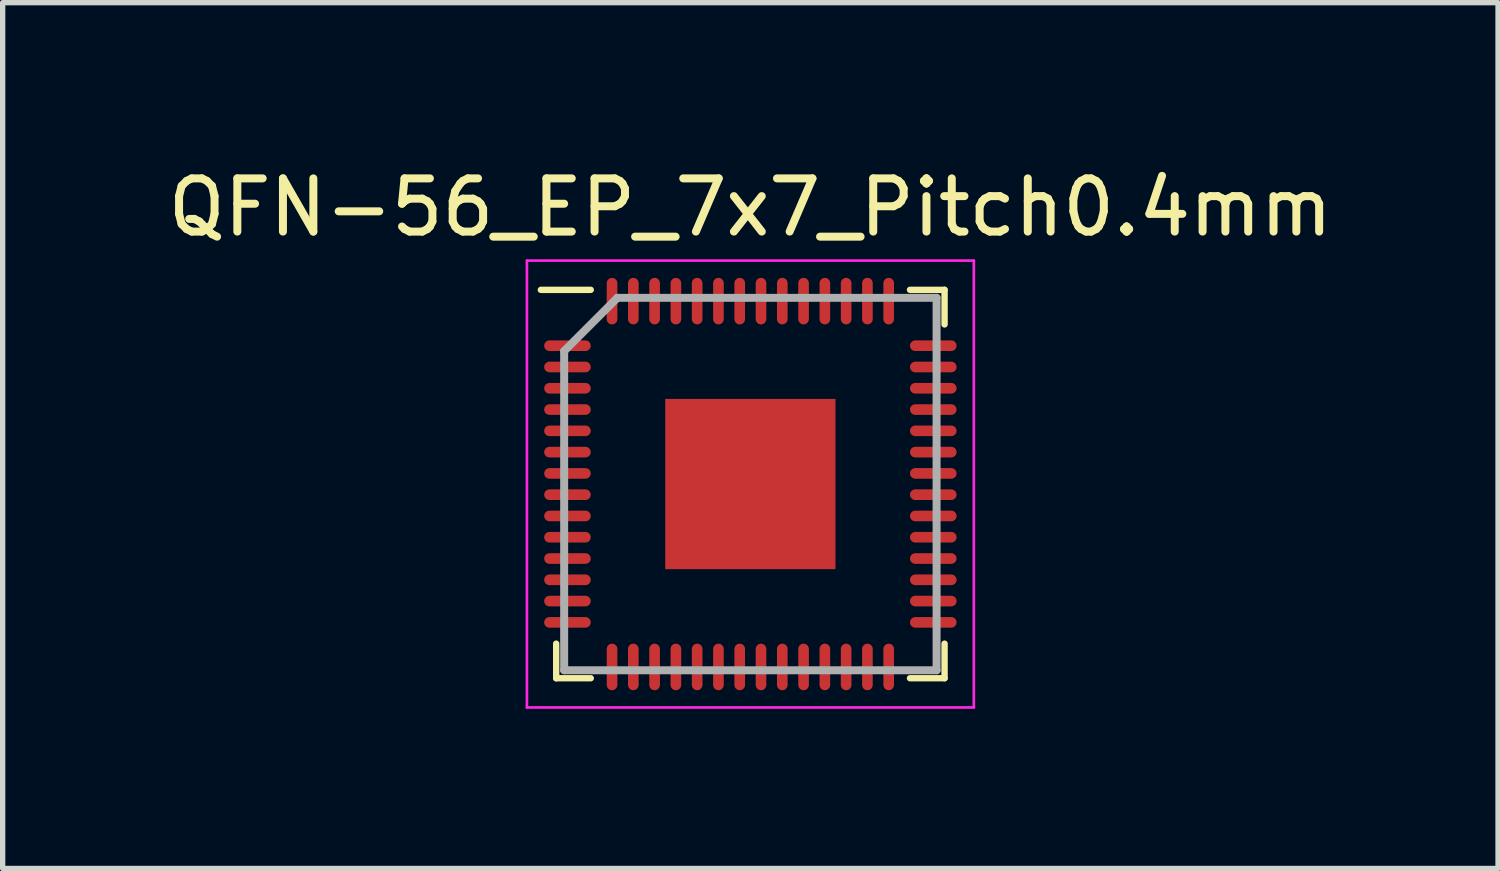
<source format=kicad_pcb>
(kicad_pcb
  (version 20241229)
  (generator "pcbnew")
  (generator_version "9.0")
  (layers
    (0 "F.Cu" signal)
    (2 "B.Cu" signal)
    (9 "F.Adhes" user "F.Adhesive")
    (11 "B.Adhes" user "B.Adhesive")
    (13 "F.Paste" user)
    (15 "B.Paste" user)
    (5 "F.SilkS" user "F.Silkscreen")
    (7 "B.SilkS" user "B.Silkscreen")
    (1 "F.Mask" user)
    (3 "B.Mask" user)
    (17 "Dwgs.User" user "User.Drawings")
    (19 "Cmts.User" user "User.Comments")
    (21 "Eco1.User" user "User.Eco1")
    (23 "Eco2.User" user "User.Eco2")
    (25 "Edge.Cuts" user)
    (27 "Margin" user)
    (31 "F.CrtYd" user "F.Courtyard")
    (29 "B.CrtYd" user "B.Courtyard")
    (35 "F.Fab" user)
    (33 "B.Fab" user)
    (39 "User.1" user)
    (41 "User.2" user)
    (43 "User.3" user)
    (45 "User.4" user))
  (footprint "QFN-56_EP_7x7_Pitch0.4mm"
    (layer "F.Cu")
    (at 11.054 6.048)
    (property "Reference" "QFN-56_EP_7x7_Pitch0.4mm" (at 0 -5.2 0) (layer "F.SilkS") (effects (font (size 1 1) (thickness 0.15))))
    (attr through_hole)
    (fp_line (start -3.65 3.65) (end -3.65 3) (stroke (width 0.12) (type solid)) (layer "F.SilkS"))
    (fp_line (start -3 -3.65) (end -3.938 -3.65) (stroke (width 0.12) (type solid)) (layer "F.SilkS"))
    (fp_line (start -3 3.65) (end -3.65 3.65) (stroke (width 0.12) (type solid)) (layer "F.SilkS"))
    (fp_line (start 3 -3.65) (end 3.65 -3.65) (stroke (width 0.12) (type solid)) (layer "F.SilkS"))
    (fp_line (start 3 3.65) (end 3.65 3.65) (stroke (width 0.12) (type solid)) (layer "F.SilkS"))
    (fp_line (start 3.65 -3.65) (end 3.65 -3) (stroke (width 0.12) (type solid)) (layer "F.SilkS"))
    (fp_line (start 3.65 3.65) (end 3.65 3) (stroke (width 0.12) (type solid)) (layer "F.SilkS"))
    (fp_line (start -4.2 -4.2) (end 4.2 -4.2) (stroke (width 0.05) (type solid)) (layer "F.CrtYd"))
    (fp_line (start -4.2 4.2) (end -4.2 -4.2) (stroke (width 0.05) (type solid)) (layer "F.CrtYd"))
    (fp_line (start 4.2 -4.2) (end 4.2 4.2) (stroke (width 0.05) (type solid)) (layer "F.CrtYd"))
    (fp_line (start 4.2 4.2) (end -4.2 4.2) (stroke (width 0.05) (type solid)) (layer "F.CrtYd"))
    (fp_line (start -3.5 -2.5) (end -3.5 3.5) (stroke (width 0.15) (type solid)) (layer "F.Fab"))
    (fp_line (start -3.5 3.5) (end 3.5 3.5) (stroke (width 0.15) (type solid)) (layer "F.Fab"))
    (fp_line (start -2.5 -3.5) (end -3.5 -2.5) (stroke (width 0.15) (type solid)) (layer "F.Fab"))
    (fp_line (start 3.5 -3.5) (end -2.5 -3.5) (stroke (width 0.15) (type solid)) (layer "F.Fab"))
    (fp_line (start 3.5 3.5) (end 3.5 -3.5) (stroke (width 0.15) (type solid)) (layer "F.Fab"))
    (pad "1" smd oval (at -3.438 -2.6 90) (size 0.2 0.875) (layers "F.Cu" "F.Mask" "F.Paste"))
    (pad "2" smd oval (at -3.438 -2.2 90) (size 0.2 0.875) (layers "F.Cu" "F.Mask" "F.Paste"))
    (pad "3" smd oval (at -3.438 -1.8 90) (size 0.2 0.875) (layers "F.Cu" "F.Mask" "F.Paste"))
    (pad "4" smd oval (at -3.438 -1.4 90) (size 0.2 0.875) (layers "F.Cu" "F.Mask" "F.Paste"))
    (pad "5" smd oval (at -3.438 -1 90) (size 0.2 0.875) (layers "F.Cu" "F.Mask" "F.Paste"))
    (pad "6" smd oval (at -3.438 -0.6 90) (size 0.2 0.875) (layers "F.Cu" "F.Mask" "F.Paste"))
    (pad "7" smd oval (at -3.438 -0.2 90) (size 0.2 0.875) (layers "F.Cu" "F.Mask" "F.Paste"))
    (pad "8" smd oval (at -3.438 0.2 90) (size 0.2 0.875) (layers "F.Cu" "F.Mask" "F.Paste"))
    (pad "9" smd oval (at -3.438 0.6 90) (size 0.2 0.875) (layers "F.Cu" "F.Mask" "F.Paste"))
    (pad "10" smd oval (at -3.438 1 90) (size 0.2 0.875) (layers "F.Cu" "F.Mask" "F.Paste"))
    (pad "11" smd oval (at -3.438 1.4 90) (size 0.2 0.875) (layers "F.Cu" "F.Mask" "F.Paste"))
    (pad "12" smd oval (at -3.438 1.8 90) (size 0.2 0.875) (layers "F.Cu" "F.Mask" "F.Paste"))
    (pad "13" smd oval (at -3.438 2.2 90) (size 0.2 0.875) (layers "F.Cu" "F.Mask" "F.Paste"))
    (pad "14" smd oval (at -3.438 2.6 90) (size 0.2 0.875) (layers "F.Cu" "F.Mask" "F.Paste"))
    (pad "15" smd oval (at -2.6 3.438) (size 0.2 0.875) (layers "F.Cu" "F.Mask" "F.Paste"))
    (pad "16" smd oval (at -2.2 3.438) (size 0.2 0.875) (layers "F.Cu" "F.Mask" "F.Paste"))
    (pad "17" smd oval (at -1.8 3.438) (size 0.2 0.875) (layers "F.Cu" "F.Mask" "F.Paste"))
    (pad "18" smd oval (at -1.4 3.438) (size 0.2 0.875) (layers "F.Cu" "F.Mask" "F.Paste"))
    (pad "19" smd oval (at -1 3.438) (size 0.2 0.875) (layers "F.Cu" "F.Mask" "F.Paste"))
    (pad "20" smd oval (at -0.6 3.438) (size 0.2 0.875) (layers "F.Cu" "F.Mask" "F.Paste"))
    (pad "21" smd oval (at -0.2 3.438) (size 0.2 0.875) (layers "F.Cu" "F.Mask" "F.Paste"))
    (pad "22" smd oval (at 0.2 3.438) (size 0.2 0.875) (layers "F.Cu" "F.Mask" "F.Paste"))
    (pad "23" smd oval (at 0.6 3.438) (size 0.2 0.875) (layers "F.Cu" "F.Mask" "F.Paste"))
    (pad "24" smd oval (at 1 3.438) (size 0.2 0.875) (layers "F.Cu" "F.Mask" "F.Paste"))
    (pad "25" smd oval (at 1.4 3.438) (size 0.2 0.875) (layers "F.Cu" "F.Mask" "F.Paste"))
    (pad "26" smd oval (at 1.8 3.438) (size 0.2 0.875) (layers "F.Cu" "F.Mask" "F.Paste"))
    (pad "27" smd oval (at 2.2 3.438) (size 0.2 0.875) (layers "F.Cu" "F.Mask" "F.Paste"))
    (pad "28" smd oval (at 2.6 3.438) (size 0.2 0.875) (layers "F.Cu" "F.Mask" "F.Paste"))
    (pad "29" smd oval (at 3.438 2.6 90) (size 0.2 0.875) (layers "F.Cu" "F.Mask" "F.Paste"))
    (pad "30" smd oval (at 3.438 2.2 90) (size 0.2 0.875) (layers "F.Cu" "F.Mask" "F.Paste"))
    (pad "31" smd oval (at 3.438 1.8 90) (size 0.2 0.875) (layers "F.Cu" "F.Mask" "F.Paste"))
    (pad "32" smd oval (at 3.438 1.4 90) (size 0.2 0.875) (layers "F.Cu" "F.Mask" "F.Paste"))
    (pad "33" smd oval (at 3.438 1 90) (size 0.2 0.875) (layers "F.Cu" "F.Mask" "F.Paste"))
    (pad "34" smd oval (at 3.438 0.6 90) (size 0.2 0.875) (layers "F.Cu" "F.Mask" "F.Paste"))
    (pad "35" smd oval (at 3.438 0.2 90) (size 0.2 0.875) (layers "F.Cu" "F.Mask" "F.Paste"))
    (pad "36" smd oval (at 3.438 -0.2 90) (size 0.2 0.875) (layers "F.Cu" "F.Mask" "F.Paste"))
    (pad "37" smd oval (at 3.438 -0.6 90) (size 0.2 0.875) (layers "F.Cu" "F.Mask" "F.Paste"))
    (pad "38" smd oval (at 3.438 -1 90) (size 0.2 0.875) (layers "F.Cu" "F.Mask" "F.Paste"))
    (pad "39" smd oval (at 3.438 -1.4 90) (size 0.2 0.875) (layers "F.Cu" "F.Mask" "F.Paste"))
    (pad "40" smd oval (at 3.438 -1.8 90) (size 0.2 0.875) (layers "F.Cu" "F.Mask" "F.Paste"))
    (pad "41" smd oval (at 3.438 -2.2 90) (size 0.2 0.875) (layers "F.Cu" "F.Mask" "F.Paste"))
    (pad "42" smd oval (at 3.438 -2.6 90) (size 0.2 0.875) (layers "F.Cu" "F.Mask" "F.Paste"))
    (pad "43" smd oval (at 2.6 -3.438) (size 0.2 0.875) (layers "F.Cu" "F.Mask" "F.Paste"))
    (pad "44" smd oval (at 2.2 -3.438) (size 0.2 0.875) (layers "F.Cu" "F.Mask" "F.Paste"))
    (pad "45" smd oval (at 1.8 -3.438) (size 0.2 0.875) (layers "F.Cu" "F.Mask" "F.Paste"))
    (pad "46" smd oval (at 1.4 -3.438) (size 0.2 0.875) (layers "F.Cu" "F.Mask" "F.Paste"))
    (pad "47" smd oval (at 1 -3.438) (size 0.2 0.875) (layers "F.Cu" "F.Mask" "F.Paste"))
    (pad "48" smd oval (at 0.6 -3.438) (size 0.2 0.875) (layers "F.Cu" "F.Mask" "F.Paste"))
    (pad "49" smd oval (at 0.2 -3.438) (size 0.2 0.875) (layers "F.Cu" "F.Mask" "F.Paste"))
    (pad "50" smd oval (at -0.2 -3.438) (size 0.2 0.875) (layers "F.Cu" "F.Mask" "F.Paste"))
    (pad "51" smd oval (at -0.6 -3.438) (size 0.2 0.875) (layers "F.Cu" "F.Mask" "F.Paste"))
    (pad "52" smd oval (at -1 -3.438) (size 0.2 0.875) (layers "F.Cu" "F.Mask" "F.Paste"))
    (pad "53" smd oval (at -1.4 -3.438) (size 0.2 0.875) (layers "F.Cu" "F.Mask" "F.Paste"))
    (pad "54" smd oval (at -1.8 -3.438) (size 0.2 0.875) (layers "F.Cu" "F.Mask" "F.Paste"))
    (pad "55" smd oval (at -2.2 -3.438) (size 0.2 0.875) (layers "F.Cu" "F.Mask" "F.Paste"))
    (pad "56" smd oval (at -2.6 -3.438) (size 0.2 0.875) (layers "F.Cu" "F.Mask" "F.Paste"))
    (pad "57" smd rect (at 0 0) (size 3.2 3.2) (layers "F.Cu" "F.Mask" "F.Paste")))
  (gr_rect
    (start -3 -3)
    (end 25.107 13.273)
    (stroke (width 0.1) (type default))
    (fill no)
    (layer "Edge.Cuts")))
</source>
